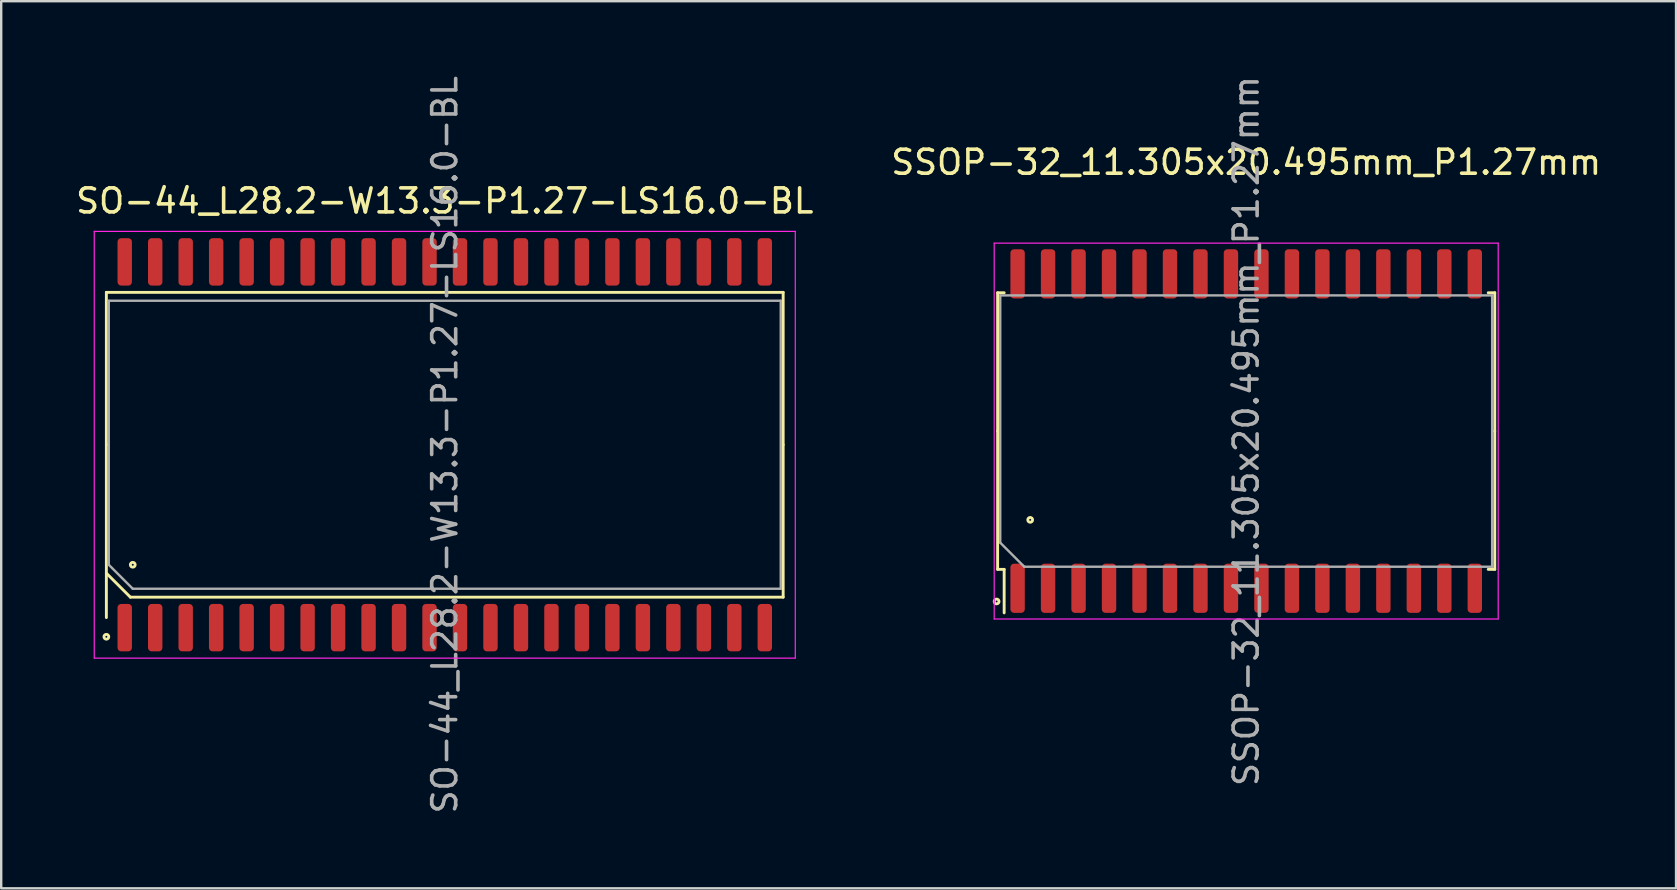
<source format=kicad_pcb>
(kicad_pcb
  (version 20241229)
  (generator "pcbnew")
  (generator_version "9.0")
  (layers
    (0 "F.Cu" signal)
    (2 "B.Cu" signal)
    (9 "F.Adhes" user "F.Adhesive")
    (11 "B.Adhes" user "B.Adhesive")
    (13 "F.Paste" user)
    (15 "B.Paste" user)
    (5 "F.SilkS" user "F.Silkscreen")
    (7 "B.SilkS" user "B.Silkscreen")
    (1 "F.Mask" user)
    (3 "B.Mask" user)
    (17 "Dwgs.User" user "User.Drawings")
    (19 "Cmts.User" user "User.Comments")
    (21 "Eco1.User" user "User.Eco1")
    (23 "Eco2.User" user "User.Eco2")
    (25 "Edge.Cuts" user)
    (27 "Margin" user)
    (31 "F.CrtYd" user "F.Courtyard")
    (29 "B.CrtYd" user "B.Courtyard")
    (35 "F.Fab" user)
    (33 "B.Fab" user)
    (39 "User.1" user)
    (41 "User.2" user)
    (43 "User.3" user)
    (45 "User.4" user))
  (footprint "SSOP-32_11.305x20.495mm_P1.27mm"
    (layer "F.Cu")
    (at 48.875 14.911)
    (property "Reference" "SSOP-32_11.305x20.495mm_P1.27mm" (at 0 -11.2 0) (layer "F.SilkS") (effects (font (size 1 1) (thickness 0.15))))
    (attr smd)
    (fp_line (start -10.357 -5.763) (end -10.085 -5.763) (stroke (width 0.12) (type solid)) (layer "F.SilkS"))
    (fp_line (start -10.357 0) (end -10.357 -5.763) (stroke (width 0.12) (type solid)) (layer "F.SilkS"))
    (fp_line (start -10.357 0) (end -10.357 5.763) (stroke (width 0.12) (type solid)) (layer "F.SilkS"))
    (fp_line (start -10.357 5.763) (end -10.085 5.763) (stroke (width 0.12) (type solid)) (layer "F.SilkS"))
    (fp_line (start -10.085 5.763) (end -10.085 7.575) (stroke (width 0.12) (type solid)) (layer "F.SilkS"))
    (fp_line (start 10.357 -5.763) (end 10.085 -5.763) (stroke (width 0.12) (type solid)) (layer "F.SilkS"))
    (fp_line (start 10.357 0) (end 10.357 -5.763) (stroke (width 0.12) (type solid)) (layer "F.SilkS"))
    (fp_line (start 10.357 0) (end 10.357 5.763) (stroke (width 0.12) (type solid)) (layer "F.SilkS"))
    (fp_line (start 10.357 5.763) (end 10.085 5.763) (stroke (width 0.12) (type solid)) (layer "F.SilkS"))
    (fp_circle (center -10.4 7.1) (end -10.3 7.1) (stroke (width 0.12) (type solid)) (fill no) (layer "F.SilkS"))
    (fp_circle (center -9 3.7) (end -8.9 3.7) (stroke (width 0.12) (type solid)) (fill no) (layer "F.SilkS"))
    (fp_line (start -10.5 -7.83) (end -10.5 7.83) (stroke (width 0.05) (type solid)) (layer "F.CrtYd"))
    (fp_line (start -10.5 7.83) (end 10.5 7.83) (stroke (width 0.05) (type solid)) (layer "F.CrtYd"))
    (fp_line (start 10.5 -7.83) (end -10.5 -7.83) (stroke (width 0.05) (type solid)) (layer "F.CrtYd"))
    (fp_line (start 10.5 7.83) (end 10.5 -7.83) (stroke (width 0.05) (type solid)) (layer "F.CrtYd"))
    (fp_line (start -10.248 -5.652) (end 10.248 -5.652) (stroke (width 0.1) (type solid)) (layer "F.Fab"))
    (fp_line (start -10.248 4.652) (end -10.248 -5.652) (stroke (width 0.1) (type solid)) (layer "F.Fab"))
    (fp_line (start -9.248 5.652) (end -10.248 4.652) (stroke (width 0.1) (type solid)) (layer "F.Fab"))
    (fp_line (start 10.248 -5.652) (end 10.248 5.652) (stroke (width 0.1) (type solid)) (layer "F.Fab"))
    (fp_line (start 10.248 5.652) (end -9.248 5.652) (stroke (width 0.1) (type solid)) (layer "F.Fab"))
    (fp_text user "${REFERENCE}" (at 0 0 90) (layer "F.Fab") (effects (font (size 1 1) (thickness 0.15))))
    (pad "1" smd roundrect (at -9.525 6.55 90) (size 2.05 0.6) (layers "F.Cu" "F.Mask" "F.Paste") (roundrect_rratio 0.25))
    (pad "2" smd roundrect (at -8.255 6.55 90) (size 2.05 0.6) (layers "F.Cu" "F.Mask" "F.Paste") (roundrect_rratio 0.25))
    (pad "3" smd roundrect (at -6.985 6.55 90) (size 2.05 0.6) (layers "F.Cu" "F.Mask" "F.Paste") (roundrect_rratio 0.25))
    (pad "4" smd roundrect (at -5.715 6.55 90) (size 2.05 0.6) (layers "F.Cu" "F.Mask" "F.Paste") (roundrect_rratio 0.25))
    (pad "5" smd roundrect (at -4.445 6.55 90) (size 2.05 0.6) (layers "F.Cu" "F.Mask" "F.Paste") (roundrect_rratio 0.25))
    (pad "6" smd roundrect (at -3.175 6.55 90) (size 2.05 0.6) (layers "F.Cu" "F.Mask" "F.Paste") (roundrect_rratio 0.25))
    (pad "7" smd roundrect (at -1.905 6.55 90) (size 2.05 0.6) (layers "F.Cu" "F.Mask" "F.Paste") (roundrect_rratio 0.25))
    (pad "8" smd roundrect (at -0.635 6.55 90) (size 2.05 0.6) (layers "F.Cu" "F.Mask" "F.Paste") (roundrect_rratio 0.25))
    (pad "9" smd roundrect (at 0.635 6.55 90) (size 2.05 0.6) (layers "F.Cu" "F.Mask" "F.Paste") (roundrect_rratio 0.25))
    (pad "10" smd roundrect (at 1.905 6.55 90) (size 2.05 0.6) (layers "F.Cu" "F.Mask" "F.Paste") (roundrect_rratio 0.25))
    (pad "11" smd roundrect (at 3.175 6.55 90) (size 2.05 0.6) (layers "F.Cu" "F.Mask" "F.Paste") (roundrect_rratio 0.25))
    (pad "12" smd roundrect (at 4.445 6.55 90) (size 2.05 0.6) (layers "F.Cu" "F.Mask" "F.Paste") (roundrect_rratio 0.25))
    (pad "13" smd roundrect (at 5.715 6.55 90) (size 2.05 0.6) (layers "F.Cu" "F.Mask" "F.Paste") (roundrect_rratio 0.25))
    (pad "14" smd roundrect (at 6.985 6.55 90) (size 2.05 0.6) (layers "F.Cu" "F.Mask" "F.Paste") (roundrect_rratio 0.25))
    (pad "15" smd roundrect (at 8.255 6.55 90) (size 2.05 0.6) (layers "F.Cu" "F.Mask" "F.Paste") (roundrect_rratio 0.25))
    (pad "16" smd roundrect (at 9.525 6.55 90) (size 2.05 0.6) (layers "F.Cu" "F.Mask" "F.Paste") (roundrect_rratio 0.25))
    (pad "17" smd roundrect (at 9.525 -6.55 90) (size 2.05 0.6) (layers "F.Cu" "F.Mask" "F.Paste") (roundrect_rratio 0.25))
    (pad "18" smd roundrect (at 8.255 -6.55 90) (size 2.05 0.6) (layers "F.Cu" "F.Mask" "F.Paste") (roundrect_rratio 0.25))
    (pad "19" smd roundrect (at 6.985 -6.55 90) (size 2.05 0.6) (layers "F.Cu" "F.Mask" "F.Paste") (roundrect_rratio 0.25))
    (pad "20" smd roundrect (at 5.715 -6.55 90) (size 2.05 0.6) (layers "F.Cu" "F.Mask" "F.Paste") (roundrect_rratio 0.25))
    (pad "21" smd roundrect (at 4.445 -6.55 90) (size 2.05 0.6) (layers "F.Cu" "F.Mask" "F.Paste") (roundrect_rratio 0.25))
    (pad "22" smd roundrect (at 3.175 -6.55 90) (size 2.05 0.6) (layers "F.Cu" "F.Mask" "F.Paste") (roundrect_rratio 0.25))
    (pad "23" smd roundrect (at 1.905 -6.55 90) (size 2.05 0.6) (layers "F.Cu" "F.Mask" "F.Paste") (roundrect_rratio 0.25))
    (pad "24" smd roundrect (at 0.635 -6.55 90) (size 2.05 0.6) (layers "F.Cu" "F.Mask" "F.Paste") (roundrect_rratio 0.25))
    (pad "25" smd roundrect (at -0.635 -6.55 90) (size 2.05 0.6) (layers "F.Cu" "F.Mask" "F.Paste") (roundrect_rratio 0.25))
    (pad "26" smd roundrect (at -1.905 -6.55 90) (size 2.05 0.6) (layers "F.Cu" "F.Mask" "F.Paste") (roundrect_rratio 0.25))
    (pad "27" smd roundrect (at -3.175 -6.55 90) (size 2.05 0.6) (layers "F.Cu" "F.Mask" "F.Paste") (roundrect_rratio 0.25))
    (pad "28" smd roundrect (at -4.445 -6.55 90) (size 2.05 0.6) (layers "F.Cu" "F.Mask" "F.Paste") (roundrect_rratio 0.25))
    (pad "29" smd roundrect (at -5.715 -6.55 90) (size 2.05 0.6) (layers "F.Cu" "F.Mask" "F.Paste") (roundrect_rratio 0.25))
    (pad "30" smd roundrect (at -6.985 -6.55 90) (size 2.05 0.6) (layers "F.Cu" "F.Mask" "F.Paste") (roundrect_rratio 0.25))
    (pad "31" smd roundrect (at -8.255 -6.55 90) (size 2.05 0.6) (layers "F.Cu" "F.Mask" "F.Paste") (roundrect_rratio 0.25))
    (pad "32" smd roundrect (at -9.525 -6.55 90) (size 2.05 0.6) (layers "F.Cu" "F.Mask" "F.Paste") (roundrect_rratio 0.25)))
  (footprint "SO-44_L28.2-W13.3-P1.27-LS16.0-BL"
    (layer "F.Cu")
    (at 15.482 15.482)
    (property "Reference" "SO-44_L28.2-W13.3-P1.27-LS16.0-BL" (at 0 -10.16 0) (layer "F.SilkS") (effects (font (size 1 1) (thickness 0.15))))
    (attr smd)
    (fp_line (start -14.1 0) (end -14.1 -6.35) (stroke (width 0.12) (type solid)) (layer "F.SilkS"))
    (fp_line (start -14.1 0) (end -14.1 7.2) (stroke (width 0.12) (type solid)) (layer "F.SilkS"))
    (fp_line (start -14.1 5.35) (end -13.1 6.35) (stroke (width 0.12) (type solid)) (layer "F.SilkS"))
    (fp_line (start -13.1 6.35) (end 14.1 6.35) (stroke (width 0.12) (type solid)) (layer "F.SilkS"))
    (fp_line (start 14.1 -6.35) (end -14.1 -6.35) (stroke (width 0.12) (type solid)) (layer "F.SilkS"))
    (fp_line (start 14.1 0) (end 14.1 -6.35) (stroke (width 0.12) (type solid)) (layer "F.SilkS"))
    (fp_line (start 14.1 0) (end 14.1 6.35) (stroke (width 0.12) (type solid)) (layer "F.SilkS"))
    (fp_circle (center -14.1 8) (end -14 8) (stroke (width 0.12) (type solid)) (fill no) (layer "F.SilkS"))
    (fp_circle (center -13 5) (end -12.9 5) (stroke (width 0.12) (type solid)) (fill no) (layer "F.SilkS"))
    (fp_line (start -14.605 -8.89) (end -14.605 8.89) (stroke (width 0.05) (type solid)) (layer "F.CrtYd"))
    (fp_line (start -14.605 8.89) (end 14.605 8.89) (stroke (width 0.05) (type solid)) (layer "F.CrtYd"))
    (fp_line (start 14.605 -8.89) (end -14.605 -8.89) (stroke (width 0.05) (type solid)) (layer "F.CrtYd"))
    (fp_line (start 14.605 8.89) (end 14.605 -8.89) (stroke (width 0.05) (type solid)) (layer "F.CrtYd"))
    (fp_line (start -14 -6) (end 14 -6) (stroke (width 0.1) (type solid)) (layer "F.Fab"))
    (fp_line (start -14 5) (end -14 -6) (stroke (width 0.1) (type solid)) (layer "F.Fab"))
    (fp_line (start -13 6) (end -14 5) (stroke (width 0.1) (type solid)) (layer "F.Fab"))
    (fp_line (start 14 -6) (end 14 6) (stroke (width 0.1) (type solid)) (layer "F.Fab"))
    (fp_line (start 14 6) (end -13 6) (stroke (width 0.1) (type solid)) (layer "F.Fab"))
    (fp_text user "${REFERENCE}" (at 0 0 90) (layer "F.Fab") (effects (font (size 1 1) (thickness 0.15))))
    (pad "1" smd roundrect (at -13.335 7.62 90) (size 1.975 0.6) (layers "F.Cu" "F.Mask" "F.Paste") (roundrect_rratio 0.25))
    (pad "2" smd roundrect (at -12.065 7.62 90) (size 1.975 0.6) (layers "F.Cu" "F.Mask" "F.Paste") (roundrect_rratio 0.25))
    (pad "3" smd roundrect (at -10.795 7.62 90) (size 1.975 0.6) (layers "F.Cu" "F.Mask" "F.Paste") (roundrect_rratio 0.25))
    (pad "4" smd roundrect (at -9.525 7.62 90) (size 1.975 0.6) (layers "F.Cu" "F.Mask" "F.Paste") (roundrect_rratio 0.25))
    (pad "5" smd roundrect (at -8.255 7.62 90) (size 1.975 0.6) (layers "F.Cu" "F.Mask" "F.Paste") (roundrect_rratio 0.25))
    (pad "6" smd roundrect (at -6.985 7.62 90) (size 1.975 0.6) (layers "F.Cu" "F.Mask" "F.Paste") (roundrect_rratio 0.25))
    (pad "7" smd roundrect (at -5.715 7.62 90) (size 1.975 0.6) (layers "F.Cu" "F.Mask" "F.Paste") (roundrect_rratio 0.25))
    (pad "8" smd roundrect (at -4.445 7.62 90) (size 1.975 0.6) (layers "F.Cu" "F.Mask" "F.Paste") (roundrect_rratio 0.25))
    (pad "9" smd roundrect (at -3.175 7.62 90) (size 1.975 0.6) (layers "F.Cu" "F.Mask" "F.Paste") (roundrect_rratio 0.25))
    (pad "10" smd roundrect (at -1.905 7.62 90) (size 1.975 0.6) (layers "F.Cu" "F.Mask" "F.Paste") (roundrect_rratio 0.25))
    (pad "11" smd roundrect (at -0.635 7.62 90) (size 1.975 0.6) (layers "F.Cu" "F.Mask" "F.Paste") (roundrect_rratio 0.25))
    (pad "12" smd roundrect (at 0.635 7.62 90) (size 1.975 0.6) (layers "F.Cu" "F.Mask" "F.Paste") (roundrect_rratio 0.25))
    (pad "13" smd roundrect (at 1.905 7.62 90) (size 1.975 0.6) (layers "F.Cu" "F.Mask" "F.Paste") (roundrect_rratio 0.25))
    (pad "14" smd roundrect (at 3.175 7.62 90) (size 1.975 0.6) (layers "F.Cu" "F.Mask" "F.Paste") (roundrect_rratio 0.25))
    (pad "15" smd roundrect (at 4.445 7.62 90) (size 1.975 0.6) (layers "F.Cu" "F.Mask" "F.Paste") (roundrect_rratio 0.25))
    (pad "16" smd roundrect (at 5.715 7.62 90) (size 1.975 0.6) (layers "F.Cu" "F.Mask" "F.Paste") (roundrect_rratio 0.25))
    (pad "17" smd roundrect (at 6.985 7.62 90) (size 1.975 0.6) (layers "F.Cu" "F.Mask" "F.Paste") (roundrect_rratio 0.25))
    (pad "18" smd roundrect (at 8.255 7.62 90) (size 1.975 0.6) (layers "F.Cu" "F.Mask" "F.Paste") (roundrect_rratio 0.25))
    (pad "19" smd roundrect (at 9.525 7.62 90) (size 1.975 0.6) (layers "F.Cu" "F.Mask" "F.Paste") (roundrect_rratio 0.25))
    (pad "20" smd roundrect (at 10.795 7.62 90) (size 1.975 0.6) (layers "F.Cu" "F.Mask" "F.Paste") (roundrect_rratio 0.25))
    (pad "21" smd roundrect (at 12.065 7.62 90) (size 1.975 0.6) (layers "F.Cu" "F.Mask" "F.Paste") (roundrect_rratio 0.25))
    (pad "22" smd roundrect (at 13.335 7.62 90) (size 1.975 0.6) (layers "F.Cu" "F.Mask" "F.Paste") (roundrect_rratio 0.25))
    (pad "23" smd roundrect (at 13.335 -7.62 90) (size 1.975 0.6) (layers "F.Cu" "F.Mask" "F.Paste") (roundrect_rratio 0.25))
    (pad "24" smd roundrect (at 12.065 -7.62 90) (size 1.975 0.6) (layers "F.Cu" "F.Mask" "F.Paste") (roundrect_rratio 0.25))
    (pad "25" smd roundrect (at 10.795 -7.62 90) (size 1.975 0.6) (layers "F.Cu" "F.Mask" "F.Paste") (roundrect_rratio 0.25))
    (pad "26" smd roundrect (at 9.525 -7.62 90) (size 1.975 0.6) (layers "F.Cu" "F.Mask" "F.Paste") (roundrect_rratio 0.25))
    (pad "27" smd roundrect (at 8.255 -7.62 90) (size 1.975 0.6) (layers "F.Cu" "F.Mask" "F.Paste") (roundrect_rratio 0.25))
    (pad "28" smd roundrect (at 6.985 -7.62 90) (size 1.975 0.6) (layers "F.Cu" "F.Mask" "F.Paste") (roundrect_rratio 0.25))
    (pad "29" smd roundrect (at 5.715 -7.62 90) (size 1.975 0.6) (layers "F.Cu" "F.Mask" "F.Paste") (roundrect_rratio 0.25))
    (pad "30" smd roundrect (at 4.445 -7.62 90) (size 1.975 0.6) (layers "F.Cu" "F.Mask" "F.Paste") (roundrect_rratio 0.25))
    (pad "31" smd roundrect (at 3.175 -7.62 90) (size 1.975 0.6) (layers "F.Cu" "F.Mask" "F.Paste") (roundrect_rratio 0.25))
    (pad "32" smd roundrect (at 1.905 -7.62 90) (size 1.975 0.6) (layers "F.Cu" "F.Mask" "F.Paste") (roundrect_rratio 0.25))
    (pad "33" smd roundrect (at 0.635 -7.62 90) (size 1.975 0.6) (layers "F.Cu" "F.Mask" "F.Paste") (roundrect_rratio 0.25))
    (pad "34" smd roundrect (at -0.635 -7.62 90) (size 1.975 0.6) (layers "F.Cu" "F.Mask" "F.Paste") (roundrect_rratio 0.25))
    (pad "35" smd roundrect (at -1.905 -7.62 90) (size 1.975 0.6) (layers "F.Cu" "F.Mask" "F.Paste") (roundrect_rratio 0.25))
    (pad "36" smd roundrect (at -3.175 -7.62 90) (size 1.975 0.6) (layers "F.Cu" "F.Mask" "F.Paste") (roundrect_rratio 0.25))
    (pad "37" smd roundrect (at -4.445 -7.62 90) (size 1.975 0.6) (layers "F.Cu" "F.Mask" "F.Paste") (roundrect_rratio 0.25))
    (pad "38" smd roundrect (at -5.715 -7.62 90) (size 1.975 0.6) (layers "F.Cu" "F.Mask" "F.Paste") (roundrect_rratio 0.25))
    (pad "39" smd roundrect (at -6.985 -7.62 90) (size 1.975 0.6) (layers "F.Cu" "F.Mask" "F.Paste") (roundrect_rratio 0.25))
    (pad "40" smd roundrect (at -8.255 -7.62 90) (size 1.975 0.6) (layers "F.Cu" "F.Mask" "F.Paste") (roundrect_rratio 0.25))
    (pad "41" smd roundrect (at -9.525 -7.62 90) (size 1.975 0.6) (layers "F.Cu" "F.Mask" "F.Paste") (roundrect_rratio 0.25))
    (pad "42" smd roundrect (at -10.795 -7.62 90) (size 1.975 0.6) (layers "F.Cu" "F.Mask" "F.Paste") (roundrect_rratio 0.25))
    (pad "43" smd roundrect (at -12.065 -7.62 90) (size 1.975 0.6) (layers "F.Cu" "F.Mask" "F.Paste") (roundrect_rratio 0.25))
    (pad "44" smd roundrect (at -13.335 -7.62 90) (size 1.975 0.6) (layers "F.Cu" "F.Mask" "F.Paste") (roundrect_rratio 0.25)))
  (gr_rect
    (start -3 -3)
    (end 66.786 33.964)
    (stroke (width 0.1) (type default))
    (fill no)
    (layer "Edge.Cuts")))
</source>
